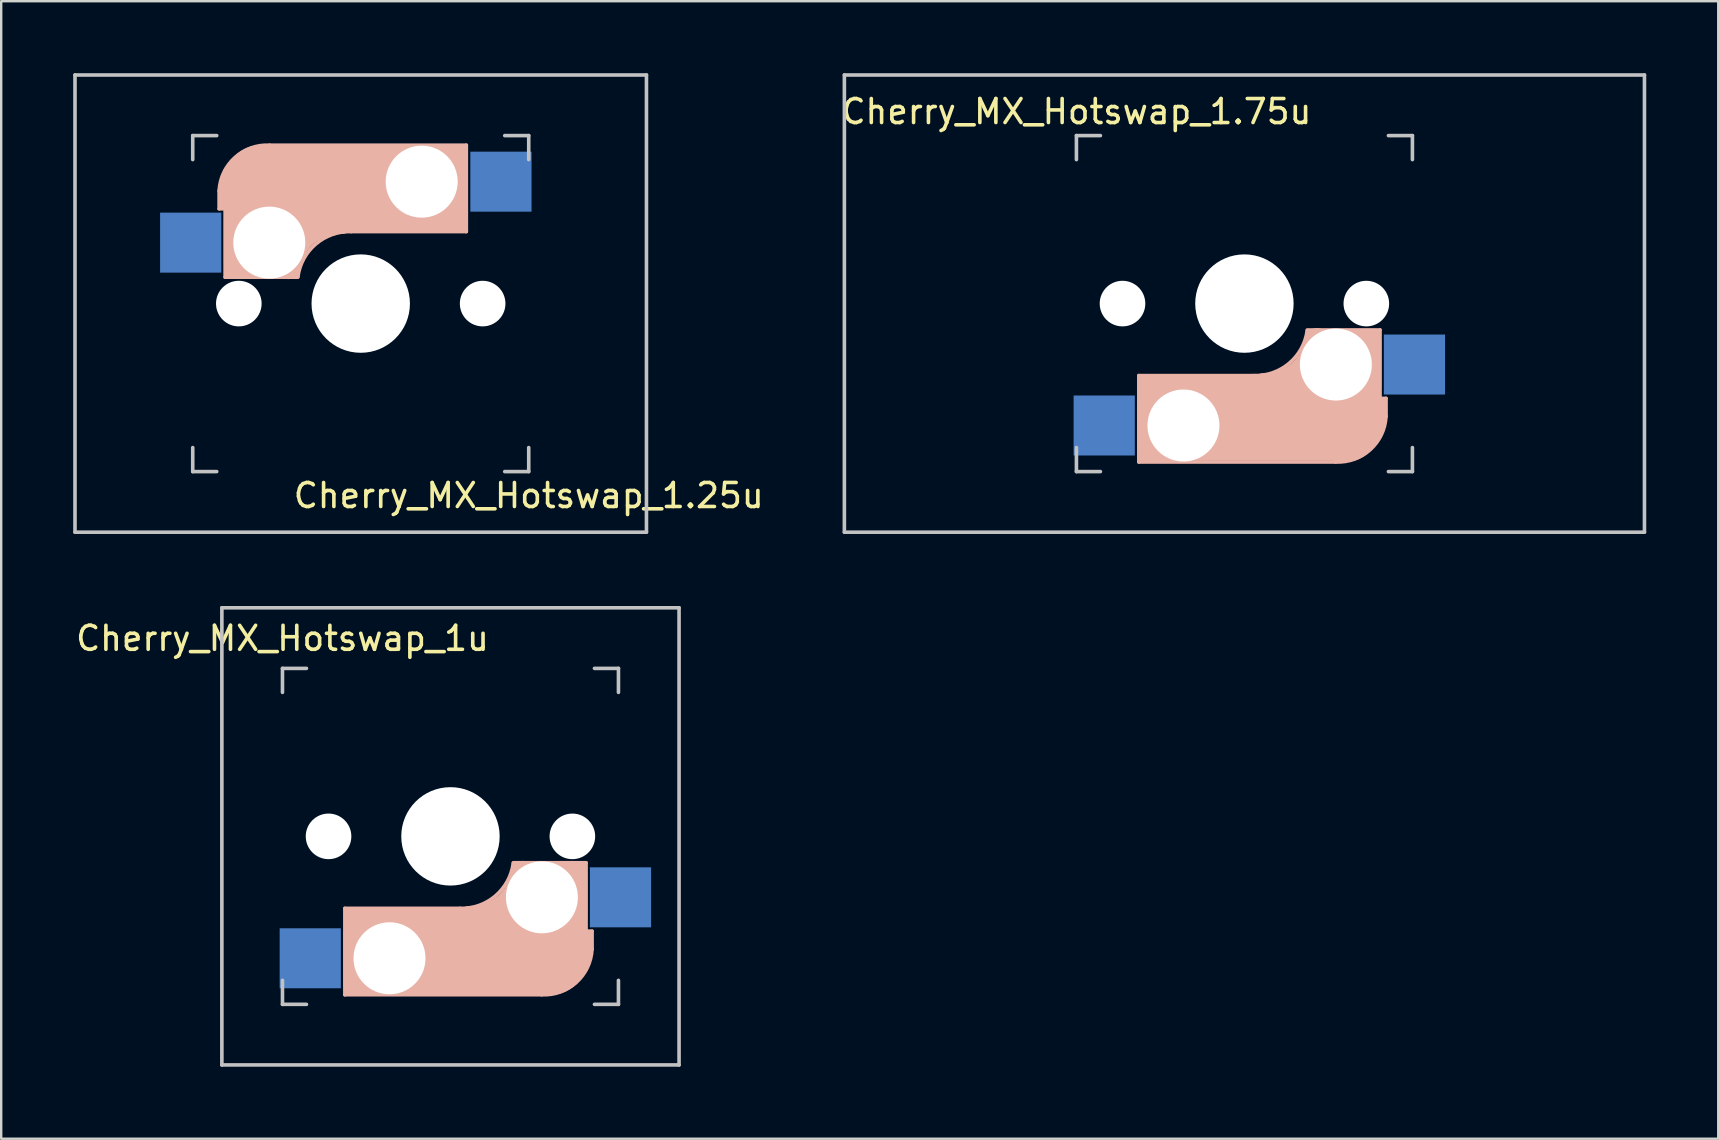
<source format=kicad_pcb>
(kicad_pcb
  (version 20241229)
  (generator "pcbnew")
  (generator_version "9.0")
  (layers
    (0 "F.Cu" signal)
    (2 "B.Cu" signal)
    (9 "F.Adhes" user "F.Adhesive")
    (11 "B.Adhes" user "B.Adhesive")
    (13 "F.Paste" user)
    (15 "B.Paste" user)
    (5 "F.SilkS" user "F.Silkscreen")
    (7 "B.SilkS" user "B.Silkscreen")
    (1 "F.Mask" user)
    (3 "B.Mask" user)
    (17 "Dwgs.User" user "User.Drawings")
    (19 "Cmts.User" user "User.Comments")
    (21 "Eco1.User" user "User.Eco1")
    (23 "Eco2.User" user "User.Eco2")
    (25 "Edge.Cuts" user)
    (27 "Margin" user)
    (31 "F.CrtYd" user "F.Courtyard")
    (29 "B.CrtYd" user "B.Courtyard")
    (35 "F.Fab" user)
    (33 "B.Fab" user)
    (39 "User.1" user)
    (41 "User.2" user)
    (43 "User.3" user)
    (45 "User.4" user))
  (footprint "Cherry_MX_Hotswap_1u"
    (layer "F.Cu")
    (at 15.72 31.8)
    (property "Reference" "Cherry_MX_Hotswap_1u" (at -7 -8.25 180) (layer "F.SilkS") (effects (font (size 1 1) (thickness 0.15))))
    (attr through_hole)
    (fp_line (start -4.4 3) (end -4.4 6.6) (stroke (width 0.15) (type solid)) (layer "B.SilkS"))
    (fp_line (start -4.4 6.6) (end 3.8 6.6) (stroke (width 0.15) (type solid)) (layer "B.SilkS"))
    (fp_line (start -4.38 4) (end -4.38 6.25) (stroke (width 0.15) (type solid)) (layer "B.SilkS"))
    (fp_line (start -4.25 6.4) (end -3 6.4) (stroke (width 0.4) (type solid)) (layer "B.SilkS"))
    (fp_line (start -4.2 3.25) (end -2.9 3.3) (stroke (width 0.5) (type solid)) (layer "B.SilkS"))
    (fp_line (start -3.9 6) (end -3.9 3.5) (stroke (width 1) (type solid)) (layer "B.SilkS"))
    (fp_line (start -2.6 4.8) (end 4.1 4.8) (stroke (width 3.5) (type solid)) (layer "B.SilkS"))
    (fp_line (start 0.4 3) (end -4.4 3) (stroke (width 0.15) (type solid)) (layer "B.SilkS"))
    (fp_line (start 4.17 5.1) (end 4.17 2.86) (stroke (width 3) (type solid)) (layer "B.SilkS"))
    (fp_line (start 5.3 1.6) (end 5.3 3.4) (stroke (width 0.8) (type solid)) (layer "B.SilkS"))
    (fp_line (start 5.45 1.3) (end 3 1.3) (stroke (width 0.5) (type solid)) (layer "B.SilkS"))
    (fp_line (start 5.65 1.1) (end 2.62 1.1) (stroke (width 0.15) (type solid)) (layer "B.SilkS"))
    (fp_line (start 5.65 5.55) (end 5.65 1.1) (stroke (width 0.15) (type solid)) (layer "B.SilkS"))
    (fp_line (start 5.8 4.05) (end 5.8 4.7) (stroke (width 0.3) (type solid)) (layer "B.SilkS"))
    (fp_line (start 5.9 3.95) (end 5.7 3.95) (stroke (width 0.15) (type solid)) (layer "B.SilkS"))
    (fp_line (start 5.9 4.7) (end 5.9 3.95) (stroke (width 0.15) (type solid)) (layer "B.SilkS"))
    (fp_arc (start 2.616318 1.121471) (mid 1.868709 2.486118) (end 0.4 3) (stroke (width 0.15) (type solid)) (layer "B.SilkS"))
    (fp_arc (start 3.016318 1.521471) (mid 2.268709 2.886118) (end 0.8 3.4) (stroke (width 1) (type solid)) (layer "B.SilkS"))
    (fp_arc (start 5.9 4.699999) (mid 5.243504 6.084924) (end 3.800001 6.6) (stroke (width 0.15) (type solid)) (layer "B.SilkS"))
    (fp_line (start -9.525 -9.525) (end 9.525 -9.525) (stroke (width 0.15) (type solid)) (layer "Dwgs.User"))
    (fp_line (start -9.525 9.525) (end -9.525 -9.525) (stroke (width 0.15) (type solid)) (layer "Dwgs.User"))
    (fp_line (start -7 -7) (end -7 -6) (stroke (width 0.15) (type solid)) (layer "Dwgs.User"))
    (fp_line (start -7 7) (end -7 6) (stroke (width 0.15) (type solid)) (layer "Dwgs.User"))
    (fp_line (start -7 7) (end -6 7) (stroke (width 0.15) (type solid)) (layer "Dwgs.User"))
    (fp_line (start -6 -7) (end -7 -7) (stroke (width 0.15) (type solid)) (layer "Dwgs.User"))
    (fp_line (start 7 -7) (end 6 -7) (stroke (width 0.15) (type solid)) (layer "Dwgs.User"))
    (fp_line (start 7 -6) (end 7 -7) (stroke (width 0.15) (type solid)) (layer "Dwgs.User"))
    (fp_line (start 7 6) (end 7 7) (stroke (width 0.15) (type solid)) (layer "Dwgs.User"))
    (fp_line (start 7 7) (end 6 7) (stroke (width 0.15) (type solid)) (layer "Dwgs.User"))
    (fp_line (start 9.525 -9.525) (end 9.525 9.525) (stroke (width 0.15) (type solid)) (layer "Dwgs.User"))
    (fp_line (start 9.525 9.525) (end -9.525 9.525) (stroke (width 0.15) (type solid)) (layer "Dwgs.User"))
    (pad "" np_thru_hole circle (at -5.08 0 180) (size 1.9 1.9) (drill 1.9) (layers "*.Cu" "*.Mask"))
    (pad "" np_thru_hole circle (at -2.54 5.08 180) (size 3 3) (drill 3) (layers "*.Cu" "*.Mask"))
    (pad "" np_thru_hole circle (at 0 0 270) (size 4.1 4.1) (drill 4.1) (layers "*.Cu" "*.Mask"))
    (pad "" np_thru_hole circle (at 3.81 2.54 180) (size 3 3) (drill 3) (layers "*.Cu" "*.Mask"))
    (pad "" np_thru_hole circle (at 5.08 0 180) (size 1.9 1.9) (drill 1.9) (layers "*.Cu" "*.Mask"))
    (pad "1" smd rect (at 7.085 2.54) (size 2.55 2.5) (layers "B.Cu" "B.Mask" "B.Paste"))
    (pad "2" smd rect (at -5.842 5.08) (size 2.55 2.5) (layers "B.Cu" "B.Mask" "B.Paste")))
  (footprint "Cherry_MX_Hotswap_1.75u"
    (layer "F.Cu")
    (at 48.803 9.6)
    (property "Reference" "Cherry_MX_Hotswap_1.75u" (at -7 -8 180) (layer "F.SilkS") (effects (font (size 1 1) (thickness 0.15))))
    (attr through_hole)
    (fp_line (start -4.4 3) (end -4.4 6.6) (stroke (width 0.15) (type solid)) (layer "B.SilkS"))
    (fp_line (start -4.4 6.6) (end 3.8 6.6) (stroke (width 0.15) (type solid)) (layer "B.SilkS"))
    (fp_line (start -4.38 4) (end -4.38 6.25) (stroke (width 0.15) (type solid)) (layer "B.SilkS"))
    (fp_line (start -4.25 6.4) (end -3 6.4) (stroke (width 0.4) (type solid)) (layer "B.SilkS"))
    (fp_line (start -4.2 3.25) (end -2.9 3.3) (stroke (width 0.5) (type solid)) (layer "B.SilkS"))
    (fp_line (start -3.9 6) (end -3.9 3.5) (stroke (width 1) (type solid)) (layer "B.SilkS"))
    (fp_line (start -2.6 4.8) (end 4.1 4.8) (stroke (width 3.5) (type solid)) (layer "B.SilkS"))
    (fp_line (start 0.4 3) (end -4.4 3) (stroke (width 0.15) (type solid)) (layer "B.SilkS"))
    (fp_line (start 4.17 5.1) (end 4.17 2.86) (stroke (width 3) (type solid)) (layer "B.SilkS"))
    (fp_line (start 5.3 1.6) (end 5.3 3.4) (stroke (width 0.8) (type solid)) (layer "B.SilkS"))
    (fp_line (start 5.45 1.3) (end 3 1.3) (stroke (width 0.5) (type solid)) (layer "B.SilkS"))
    (fp_line (start 5.65 1.1) (end 2.62 1.1) (stroke (width 0.15) (type solid)) (layer "B.SilkS"))
    (fp_line (start 5.65 5.55) (end 5.65 1.1) (stroke (width 0.15) (type solid)) (layer "B.SilkS"))
    (fp_line (start 5.8 4.05) (end 5.8 4.7) (stroke (width 0.3) (type solid)) (layer "B.SilkS"))
    (fp_line (start 5.9 3.95) (end 5.7 3.95) (stroke (width 0.15) (type solid)) (layer "B.SilkS"))
    (fp_line (start 5.9 4.7) (end 5.9 3.95) (stroke (width 0.15) (type solid)) (layer "B.SilkS"))
    (fp_arc (start 2.616318 1.121471) (mid 1.868709 2.486118) (end 0.4 3) (stroke (width 0.15) (type solid)) (layer "B.SilkS"))
    (fp_arc (start 3.016318 1.521471) (mid 2.268709 2.886118) (end 0.8 3.4) (stroke (width 1) (type solid)) (layer "B.SilkS"))
    (fp_arc (start 5.9 4.699999) (mid 5.243504 6.084924) (end 3.800001 6.6) (stroke (width 0.15) (type solid)) (layer "B.SilkS"))
    (fp_line (start -16.669 -9.525) (end 16.669 -9.525) (stroke (width 0.15) (type solid)) (layer "Dwgs.User"))
    (fp_line (start -16.669 9.525) (end -16.669 -9.525) (stroke (width 0.15) (type solid)) (layer "Dwgs.User"))
    (fp_line (start -7 -7) (end -7 -6) (stroke (width 0.15) (type solid)) (layer "Dwgs.User"))
    (fp_line (start -7 7) (end -7 6) (stroke (width 0.15) (type solid)) (layer "Dwgs.User"))
    (fp_line (start -7 7) (end -6 7) (stroke (width 0.15) (type solid)) (layer "Dwgs.User"))
    (fp_line (start -6 -7) (end -7 -7) (stroke (width 0.15) (type solid)) (layer "Dwgs.User"))
    (fp_line (start 7 -7) (end 6 -7) (stroke (width 0.15) (type solid)) (layer "Dwgs.User"))
    (fp_line (start 7 -6) (end 7 -7) (stroke (width 0.15) (type solid)) (layer "Dwgs.User"))
    (fp_line (start 7 6) (end 7 7) (stroke (width 0.15) (type solid)) (layer "Dwgs.User"))
    (fp_line (start 7 7) (end 6 7) (stroke (width 0.15) (type solid)) (layer "Dwgs.User"))
    (fp_line (start 16.669 -9.525) (end 16.669 9.525) (stroke (width 0.15) (type solid)) (layer "Dwgs.User"))
    (fp_line (start 16.669 9.525) (end -16.669 9.525) (stroke (width 0.15) (type solid)) (layer "Dwgs.User"))
    (pad "" np_thru_hole circle (at -5.08 0 180) (size 1.9 1.9) (drill 1.9) (layers "*.Cu" "*.Mask"))
    (pad "" np_thru_hole circle (at -2.54 5.08 180) (size 3 3) (drill 3) (layers "*.Cu" "*.Mask"))
    (pad "" np_thru_hole circle (at 0 0 270) (size 4.1 4.1) (drill 4.1) (layers "*.Cu" "*.Mask"))
    (pad "" np_thru_hole circle (at 3.81 2.54 180) (size 3 3) (drill 3) (layers "*.Cu" "*.Mask"))
    (pad "" np_thru_hole circle (at 5.08 0 180) (size 1.9 1.9) (drill 1.9) (layers "*.Cu" "*.Mask"))
    (pad "1" smd rect (at 7.085 2.54) (size 2.55 2.5) (layers "B.Cu" "B.Mask" "B.Paste"))
    (pad "2" smd rect (at -5.842 5.08) (size 2.55 2.5) (layers "B.Cu" "B.Mask" "B.Paste")))
  (footprint "Cherry_MX_Hotswap_1.25u"
    (layer "F.Cu")
    (at 11.981 9.6)
    (property "Reference" "Cherry_MX_Hotswap_1.25u" (at 7 8 0) (layer "F.SilkS") (effects (font (size 1 1) (thickness 0.15))))
    (attr through_hole)
    (fp_line (start -5.9 -4.7) (end -5.9 -3.95) (stroke (width 0.15) (type solid)) (layer "B.SilkS"))
    (fp_line (start -5.9 -3.95) (end -5.7 -3.95) (stroke (width 0.15) (type solid)) (layer "B.SilkS"))
    (fp_line (start -5.8 -4.05) (end -5.8 -4.7) (stroke (width 0.3) (type solid)) (layer "B.SilkS"))
    (fp_line (start -5.65 -5.55) (end -5.65 -1.1) (stroke (width 0.15) (type solid)) (layer "B.SilkS"))
    (fp_line (start -5.65 -1.1) (end -2.62 -1.1) (stroke (width 0.15) (type solid)) (layer "B.SilkS"))
    (fp_line (start -5.45 -1.3) (end -3 -1.3) (stroke (width 0.5) (type solid)) (layer "B.SilkS"))
    (fp_line (start -5.3 -1.6) (end -5.3 -3.4) (stroke (width 0.8) (type solid)) (layer "B.SilkS"))
    (fp_line (start -4.17 -5.1) (end -4.17 -2.86) (stroke (width 3) (type solid)) (layer "B.SilkS"))
    (fp_line (start -0.4 -3) (end 4.4 -3) (stroke (width 0.15) (type solid)) (layer "B.SilkS"))
    (fp_line (start 2.6 -4.8) (end -4.1 -4.8) (stroke (width 3.5) (type solid)) (layer "B.SilkS"))
    (fp_line (start 3.9 -6) (end 3.9 -3.5) (stroke (width 1) (type solid)) (layer "B.SilkS"))
    (fp_line (start 4.2 -3.25) (end 2.9 -3.3) (stroke (width 0.5) (type solid)) (layer "B.SilkS"))
    (fp_line (start 4.25 -6.4) (end 3 -6.4) (stroke (width 0.4) (type solid)) (layer "B.SilkS"))
    (fp_line (start 4.38 -4) (end 4.38 -6.25) (stroke (width 0.15) (type solid)) (layer "B.SilkS"))
    (fp_line (start 4.4 -6.6) (end -3.8 -6.6) (stroke (width 0.15) (type solid)) (layer "B.SilkS"))
    (fp_line (start 4.4 -3) (end 4.4 -6.6) (stroke (width 0.15) (type solid)) (layer "B.SilkS"))
    (fp_arc (start -5.9 -4.699999) (mid -5.243504 -6.084924) (end -3.800001 -6.6) (stroke (width 0.15) (type solid)) (layer "B.SilkS"))
    (fp_arc (start -3.016318 -1.521471) (mid -2.268709 -2.886118) (end -0.8 -3.4) (stroke (width 1) (type solid)) (layer "B.SilkS"))
    (fp_arc (start -2.616318 -1.121471) (mid -1.868709 -2.486118) (end -0.4 -3) (stroke (width 0.15) (type solid)) (layer "B.SilkS"))
    (fp_line (start -11.906 -9.525) (end 11.906 -9.525) (stroke (width 0.15) (type solid)) (layer "Dwgs.User"))
    (fp_line (start -11.906 9.525) (end -11.906 -9.525) (stroke (width 0.15) (type solid)) (layer "Dwgs.User"))
    (fp_line (start -7 -7) (end -6 -7) (stroke (width 0.15) (type solid)) (layer "Dwgs.User"))
    (fp_line (start -7 -6) (end -7 -7) (stroke (width 0.15) (type solid)) (layer "Dwgs.User"))
    (fp_line (start -7 6) (end -7 7) (stroke (width 0.15) (type solid)) (layer "Dwgs.User"))
    (fp_line (start -7 7) (end -6 7) (stroke (width 0.15) (type solid)) (layer "Dwgs.User"))
    (fp_line (start 6 7) (end 7 7) (stroke (width 0.15) (type solid)) (layer "Dwgs.User"))
    (fp_line (start 7 -7) (end 6 -7) (stroke (width 0.15) (type solid)) (layer "Dwgs.User"))
    (fp_line (start 7 -7) (end 7 -6) (stroke (width 0.15) (type solid)) (layer "Dwgs.User"))
    (fp_line (start 7 7) (end 7 6) (stroke (width 0.15) (type solid)) (layer "Dwgs.User"))
    (fp_line (start 11.906 -9.525) (end 11.906 9.525) (stroke (width 0.15) (type solid)) (layer "Dwgs.User"))
    (fp_line (start 11.906 9.525) (end -11.906 9.525) (stroke (width 0.15) (type solid)) (layer "Dwgs.User"))
    (pad "" np_thru_hole circle (at -5.08 0) (size 1.9 1.9) (drill 1.9) (layers "*.Cu" "*.Mask"))
    (pad "" np_thru_hole circle (at -3.81 -2.54) (size 3 3) (drill 3) (layers "*.Cu" "*.Mask"))
    (pad "" np_thru_hole circle (at 0 0 90) (size 4.1 4.1) (drill 4.1) (layers "*.Cu" "*.Mask"))
    (pad "" np_thru_hole circle (at 2.54 -5.08) (size 3 3) (drill 3) (layers "*.Cu" "*.Mask"))
    (pad "" np_thru_hole circle (at 5.08 0) (size 1.9 1.9) (drill 1.9) (layers "*.Cu" "*.Mask"))
    (pad "1" smd rect (at -7.085 -2.54 180) (size 2.55 2.5) (layers "B.Cu" "B.Mask" "B.Paste"))
    (pad "2" smd rect (at 5.842 -5.08 180) (size 2.55 2.5) (layers "B.Cu" "B.Mask" "B.Paste")))
  (gr_rect
    (start -3 -3)
    (end 68.546 44.4)
    (stroke (width 0.1) (type default))
    (fill no)
    (layer "Edge.Cuts")))
</source>
